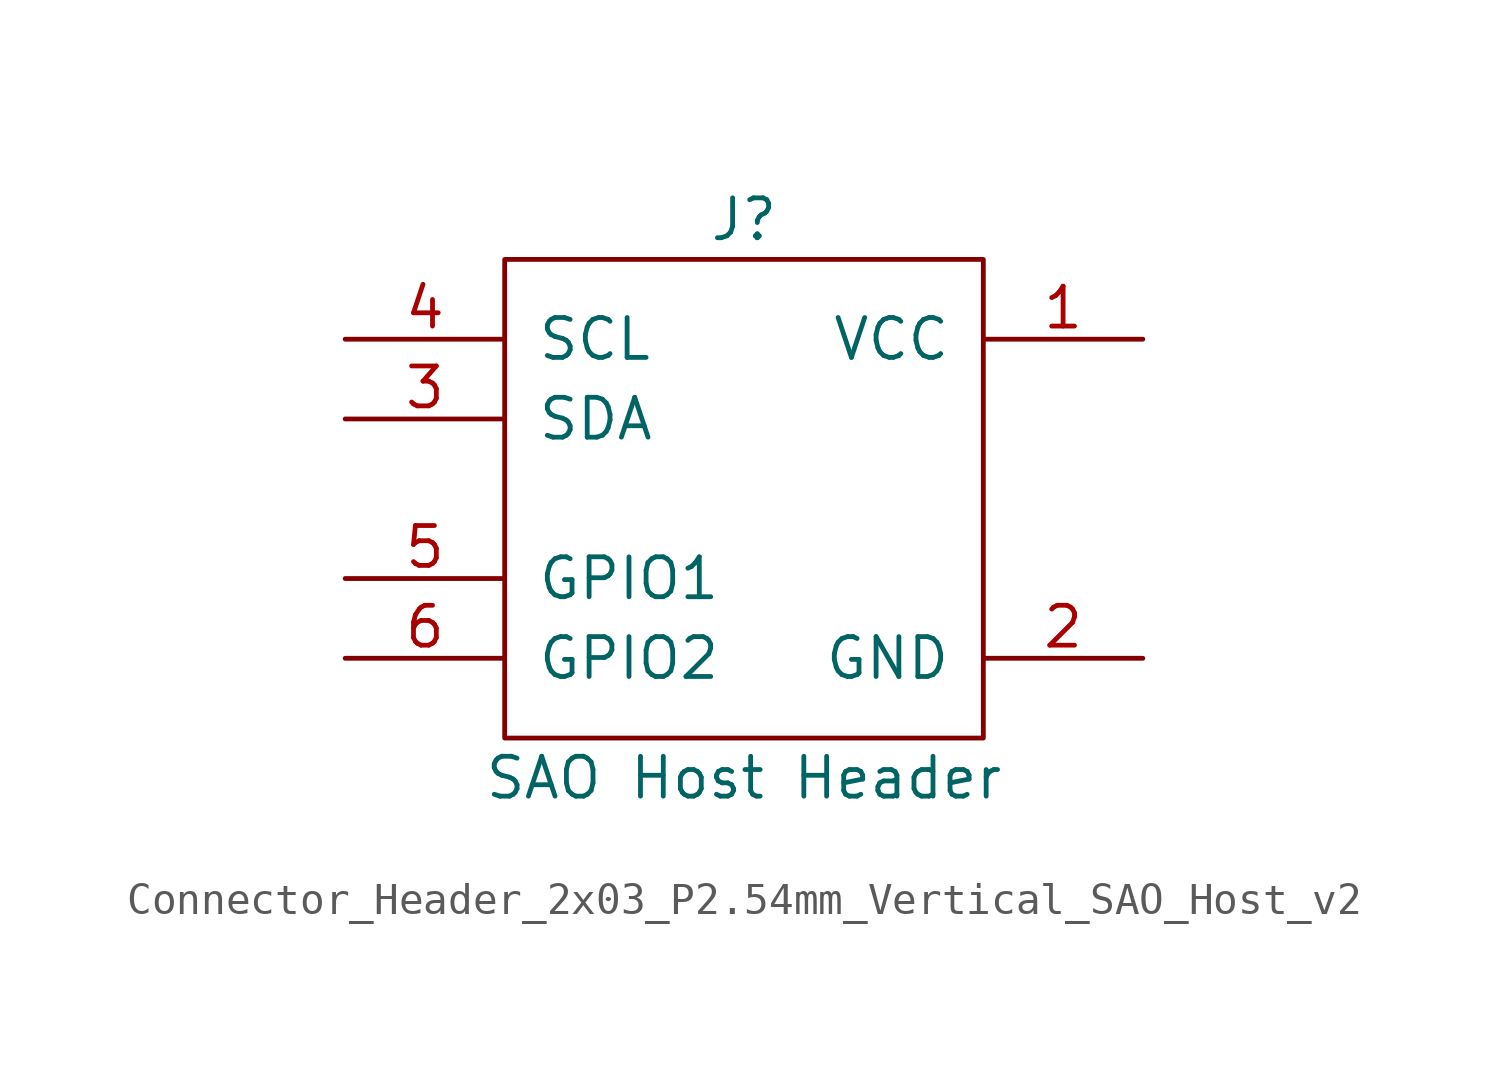
<source format=kicad_sym>
(kicad_symbol_lib
  (version 20231120)
  (generator "kicad_symbol_editor")
  (generator_version "8.0")
  (symbol "Connector_Header_2x03_P2.54mm_Vertical_SAO_Host_v2"
    (pin_names
      (offset 1.016))
    (property "Reference" "J"
      (at 0 8.89 0)
      (effects (font (size 1.27 1.27))))
    (property "Value" "SAO Host Header"
      (at 0 -8.89 0)
      (effects (font (size 1.27 1.27))))
    (symbol "Connector_Header_2x03_P2.54mm_Vertical_SAO_Host_v2_1_1"
      (rectangle (start -7.62 7.62) (end 7.62 -7.62) (stroke (width 0) (type solid)) (fill (type none)))
      (pin power_in line (at 12.7 5.08 180) (length 5.08) (name "VCC" (effects (font (size 1.27 1.27)))) (number "1" (effects (font (size 1.27 1.27)))))
      (pin power_in line (at 12.7 -5.08 180) (length 5.08) (name "GND" (effects (font (size 1.27 1.27)))) (number "2" (effects (font (size 1.27 1.27)))))
      (pin bidirectional line (at -12.7 2.54 0) (length 5.08) (name "SDA" (effects (font (size 1.27 1.27)))) (number "3" (effects (font (size 1.27 1.27)))))
      (pin bidirectional line (at -12.7 5.08 0) (length 5.08) (name "SCL" (effects (font (size 1.27 1.27)))) (number "4" (effects (font (size 1.27 1.27)))))
      (pin bidirectional line (at -12.7 -2.54 0) (length 5.08) (name "GPIO1" (effects (font (size 1.27 1.27)))) (number "5" (effects (font (size 1.27 1.27)))))
      (pin bidirectional line (at -12.7 -5.08 0) (length 5.08) (name "GPIO2" (effects (font (size 1.27 1.27)))) (number "6" (effects (font (size 1.27 1.27))))))))
</source>
